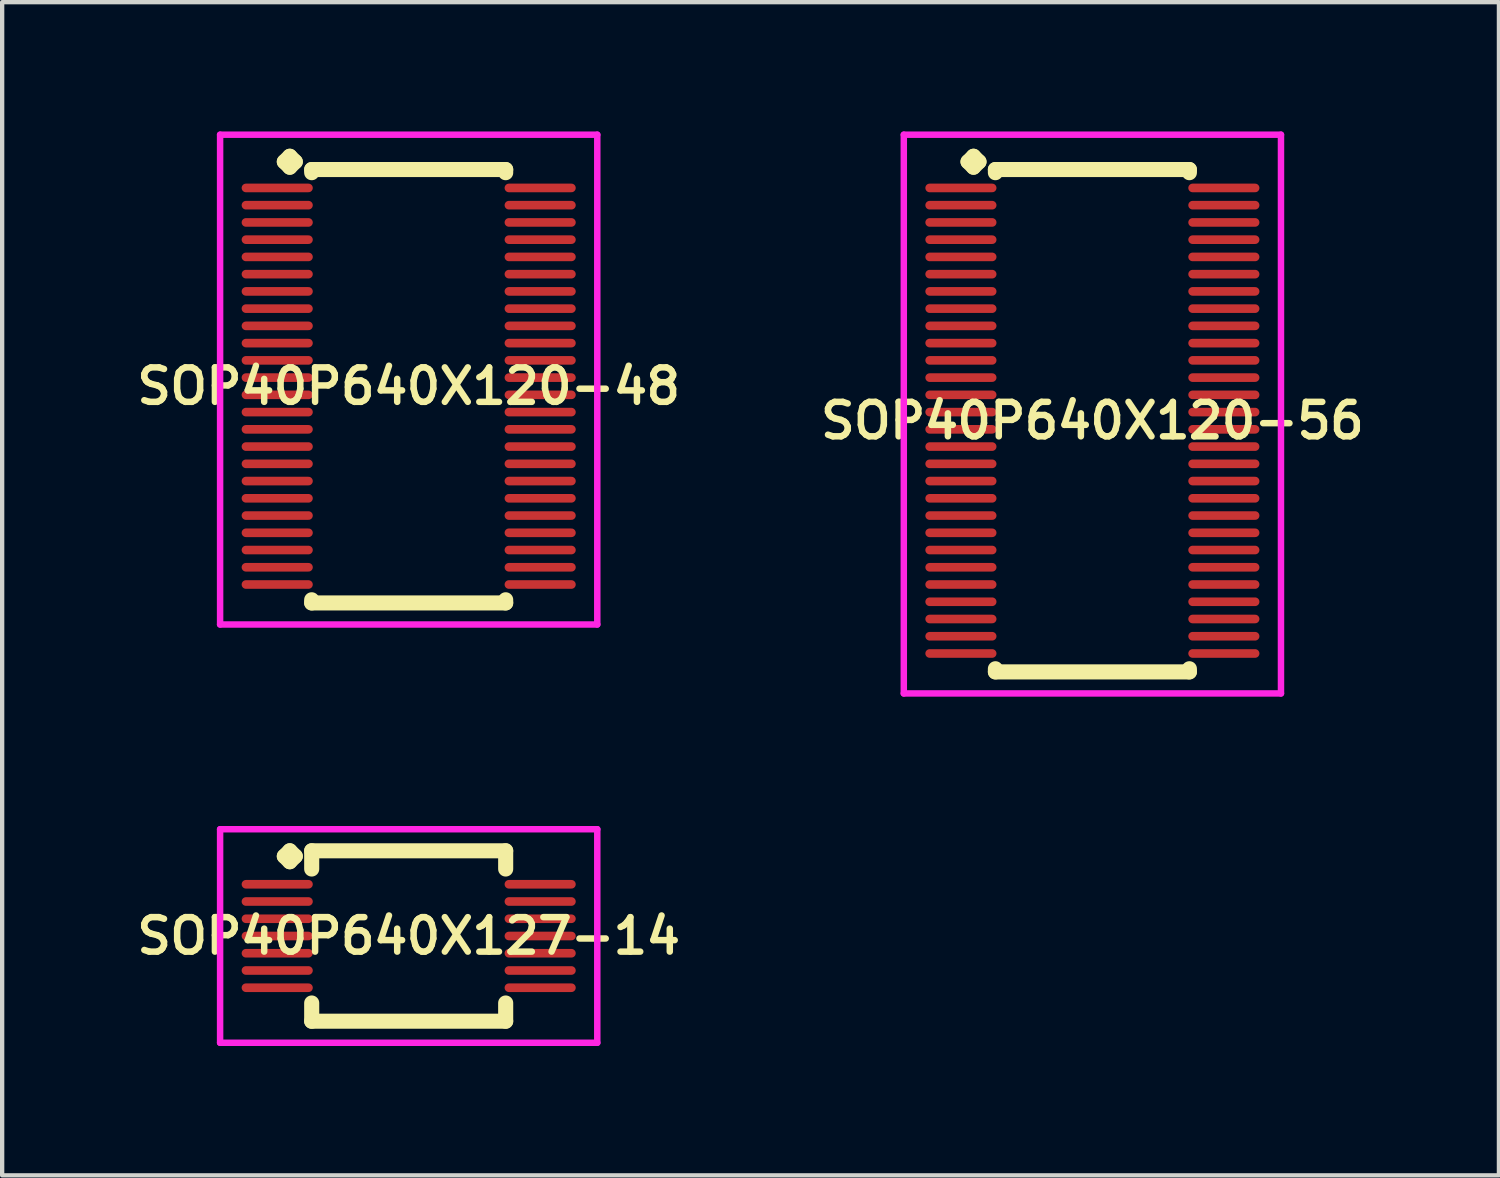
<source format=kicad_pcb>
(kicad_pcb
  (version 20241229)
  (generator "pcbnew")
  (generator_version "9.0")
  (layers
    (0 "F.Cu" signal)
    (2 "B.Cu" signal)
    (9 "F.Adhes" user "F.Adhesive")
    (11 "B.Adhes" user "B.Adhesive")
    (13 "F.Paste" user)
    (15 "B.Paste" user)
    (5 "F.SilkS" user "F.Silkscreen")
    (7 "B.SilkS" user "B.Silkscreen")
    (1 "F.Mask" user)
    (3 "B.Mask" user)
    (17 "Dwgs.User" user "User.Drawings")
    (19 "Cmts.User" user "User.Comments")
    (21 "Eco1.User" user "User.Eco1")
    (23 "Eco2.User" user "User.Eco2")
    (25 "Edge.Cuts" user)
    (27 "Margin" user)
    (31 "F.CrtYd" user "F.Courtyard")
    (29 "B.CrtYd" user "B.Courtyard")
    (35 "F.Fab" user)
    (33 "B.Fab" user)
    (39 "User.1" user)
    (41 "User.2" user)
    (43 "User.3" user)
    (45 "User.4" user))
  (footprint "SOP40P640X120-48"
    (layer "F.Cu")
    (at 6.431 5.91)
    (property "Reference" "SOP40P640X120-48" (at 0 0 0) (layer "F.SilkS") (effects (font (size 0.8 0.8) (thickness 0.15))))
    (attr smd)
    (fp_line (start -2.885 -5.208) (end -2.758 -5.335) (stroke (width 0.35) (type solid)) (layer "F.SilkS"))
    (fp_line (start -2.758 -5.335) (end -2.631 -5.208) (stroke (width 0.35) (type solid)) (layer "F.SilkS"))
    (fp_line (start -2.758 -5.081) (end -2.885 -5.208) (stroke (width 0.35) (type solid)) (layer "F.SilkS"))
    (fp_line (start -2.631 -5.208) (end -2.758 -5.081) (stroke (width 0.35) (type solid)) (layer "F.SilkS"))
    (fp_line (start -2.25 -5.027) (end 2.25 -5.027) (stroke (width 0.35) (type solid)) (layer "F.SilkS"))
    (fp_line (start -2.25 -4.954) (end -2.25 -5.027) (stroke (width 0.35) (type solid)) (layer "F.SilkS"))
    (fp_line (start -2.25 4.954) (end -2.25 5.027) (stroke (width 0.35) (type solid)) (layer "F.SilkS"))
    (fp_line (start -2.25 5.027) (end 2.25 5.027) (stroke (width 0.35) (type solid)) (layer "F.SilkS"))
    (fp_line (start 2.25 -5.027) (end 2.25 -4.954) (stroke (width 0.35) (type solid)) (layer "F.SilkS"))
    (fp_line (start 2.25 5.027) (end 2.25 4.954) (stroke (width 0.35) (type solid)) (layer "F.SilkS"))
    (fp_line (start -4.375 -5.835) (end 4.375 -5.835) (stroke (width 0.15) (type solid)) (layer "F.CrtYd"))
    (fp_line (start -4.375 5.527) (end -4.375 -5.835) (stroke (width 0.15) (type solid)) (layer "F.CrtYd"))
    (fp_line (start 4.375 -5.835) (end 4.375 5.527) (stroke (width 0.15) (type solid)) (layer "F.CrtYd"))
    (fp_line (start 4.375 5.527) (end -4.375 5.527) (stroke (width 0.15) (type solid)) (layer "F.CrtYd"))
    (pad "1" smd oval (at -3.05 -4.6) (size 1.65 0.2) (layers "F.Cu" "F.Mask" "F.Paste"))
    (pad "2" smd oval (at -3.05 -4.2) (size 1.65 0.2) (layers "F.Cu" "F.Mask" "F.Paste"))
    (pad "3" smd oval (at -3.05 -3.8) (size 1.65 0.2) (layers "F.Cu" "F.Mask" "F.Paste"))
    (pad "4" smd oval (at -3.05 -3.4) (size 1.65 0.2) (layers "F.Cu" "F.Mask" "F.Paste"))
    (pad "5" smd oval (at -3.05 -3) (size 1.65 0.2) (layers "F.Cu" "F.Mask" "F.Paste"))
    (pad "6" smd oval (at -3.05 -2.6) (size 1.65 0.2) (layers "F.Cu" "F.Mask" "F.Paste"))
    (pad "7" smd oval (at -3.05 -2.2) (size 1.65 0.2) (layers "F.Cu" "F.Mask" "F.Paste"))
    (pad "8" smd oval (at -3.05 -1.8) (size 1.65 0.2) (layers "F.Cu" "F.Mask" "F.Paste"))
    (pad "9" smd oval (at -3.05 -1.4) (size 1.65 0.2) (layers "F.Cu" "F.Mask" "F.Paste"))
    (pad "10" smd oval (at -3.05 -1) (size 1.65 0.2) (layers "F.Cu" "F.Mask" "F.Paste"))
    (pad "11" smd oval (at -3.05 -0.6) (size 1.65 0.2) (layers "F.Cu" "F.Mask" "F.Paste"))
    (pad "12" smd oval (at -3.05 -0.2) (size 1.65 0.2) (layers "F.Cu" "F.Mask" "F.Paste"))
    (pad "13" smd oval (at -3.05 0.2) (size 1.65 0.2) (layers "F.Cu" "F.Mask" "F.Paste"))
    (pad "14" smd oval (at -3.05 0.6) (size 1.65 0.2) (layers "F.Cu" "F.Mask" "F.Paste"))
    (pad "15" smd oval (at -3.05 1) (size 1.65 0.2) (layers "F.Cu" "F.Mask" "F.Paste"))
    (pad "16" smd oval (at -3.05 1.4) (size 1.65 0.2) (layers "F.Cu" "F.Mask" "F.Paste"))
    (pad "17" smd oval (at -3.05 1.8) (size 1.65 0.2) (layers "F.Cu" "F.Mask" "F.Paste"))
    (pad "18" smd oval (at -3.05 2.2) (size 1.65 0.2) (layers "F.Cu" "F.Mask" "F.Paste"))
    (pad "19" smd oval (at -3.05 2.6) (size 1.65 0.2) (layers "F.Cu" "F.Mask" "F.Paste"))
    (pad "20" smd oval (at -3.05 3) (size 1.65 0.2) (layers "F.Cu" "F.Mask" "F.Paste"))
    (pad "21" smd oval (at -3.05 3.4) (size 1.65 0.2) (layers "F.Cu" "F.Mask" "F.Paste"))
    (pad "22" smd oval (at -3.05 3.8) (size 1.65 0.2) (layers "F.Cu" "F.Mask" "F.Paste"))
    (pad "23" smd oval (at -3.05 4.2) (size 1.65 0.2) (layers "F.Cu" "F.Mask" "F.Paste"))
    (pad "24" smd oval (at -3.05 4.6) (size 1.65 0.2) (layers "F.Cu" "F.Mask" "F.Paste"))
    (pad "25" smd oval (at 3.05 4.6) (size 1.65 0.2) (layers "F.Cu" "F.Mask" "F.Paste"))
    (pad "26" smd oval (at 3.05 4.2) (size 1.65 0.2) (layers "F.Cu" "F.Mask" "F.Paste"))
    (pad "27" smd oval (at 3.05 3.8) (size 1.65 0.2) (layers "F.Cu" "F.Mask" "F.Paste"))
    (pad "28" smd oval (at 3.05 3.4) (size 1.65 0.2) (layers "F.Cu" "F.Mask" "F.Paste"))
    (pad "29" smd oval (at 3.05 3) (size 1.65 0.2) (layers "F.Cu" "F.Mask" "F.Paste"))
    (pad "30" smd oval (at 3.05 2.6) (size 1.65 0.2) (layers "F.Cu" "F.Mask" "F.Paste"))
    (pad "31" smd oval (at 3.05 2.2) (size 1.65 0.2) (layers "F.Cu" "F.Mask" "F.Paste"))
    (pad "32" smd oval (at 3.05 1.8) (size 1.65 0.2) (layers "F.Cu" "F.Mask" "F.Paste"))
    (pad "33" smd oval (at 3.05 1.4) (size 1.65 0.2) (layers "F.Cu" "F.Mask" "F.Paste"))
    (pad "34" smd oval (at 3.05 1) (size 1.65 0.2) (layers "F.Cu" "F.Mask" "F.Paste"))
    (pad "35" smd oval (at 3.05 0.6) (size 1.65 0.2) (layers "F.Cu" "F.Mask" "F.Paste"))
    (pad "36" smd oval (at 3.05 0.2) (size 1.65 0.2) (layers "F.Cu" "F.Mask" "F.Paste"))
    (pad "37" smd oval (at 3.05 -0.2) (size 1.65 0.2) (layers "F.Cu" "F.Mask" "F.Paste"))
    (pad "38" smd oval (at 3.05 -0.6) (size 1.65 0.2) (layers "F.Cu" "F.Mask" "F.Paste"))
    (pad "39" smd oval (at 3.05 -1) (size 1.65 0.2) (layers "F.Cu" "F.Mask" "F.Paste"))
    (pad "40" smd oval (at 3.05 -1.4) (size 1.65 0.2) (layers "F.Cu" "F.Mask" "F.Paste"))
    (pad "41" smd oval (at 3.05 -1.8) (size 1.65 0.2) (layers "F.Cu" "F.Mask" "F.Paste"))
    (pad "42" smd oval (at 3.05 -2.2) (size 1.65 0.2) (layers "F.Cu" "F.Mask" "F.Paste"))
    (pad "43" smd oval (at 3.05 -2.6) (size 1.65 0.2) (layers "F.Cu" "F.Mask" "F.Paste"))
    (pad "44" smd oval (at 3.05 -3) (size 1.65 0.2) (layers "F.Cu" "F.Mask" "F.Paste"))
    (pad "45" smd oval (at 3.05 -3.4) (size 1.65 0.2) (layers "F.Cu" "F.Mask" "F.Paste"))
    (pad "46" smd oval (at 3.05 -3.8) (size 1.65 0.2) (layers "F.Cu" "F.Mask" "F.Paste"))
    (pad "47" smd oval (at 3.05 -4.2) (size 1.65 0.2) (layers "F.Cu" "F.Mask" "F.Paste"))
    (pad "48" smd oval (at 3.05 -4.6) (size 1.65 0.2) (layers "F.Cu" "F.Mask" "F.Paste")))
  (footprint "SOP40P640X120-56"
    (layer "F.Cu")
    (at 22.292 6.71)
    (property "Reference" "SOP40P640X120-56" (at 0 0 0) (layer "F.SilkS") (effects (font (size 0.8 0.8) (thickness 0.15))))
    (attr smd)
    (fp_line (start -2.885 -6.008) (end -2.758 -6.135) (stroke (width 0.35) (type solid)) (layer "F.SilkS"))
    (fp_line (start -2.758 -6.135) (end -2.631 -6.008) (stroke (width 0.35) (type solid)) (layer "F.SilkS"))
    (fp_line (start -2.758 -5.881) (end -2.885 -6.008) (stroke (width 0.35) (type solid)) (layer "F.SilkS"))
    (fp_line (start -2.631 -6.008) (end -2.758 -5.881) (stroke (width 0.35) (type solid)) (layer "F.SilkS"))
    (fp_line (start -2.25 -5.827) (end 2.25 -5.827) (stroke (width 0.35) (type solid)) (layer "F.SilkS"))
    (fp_line (start -2.25 -5.754) (end -2.25 -5.827) (stroke (width 0.35) (type solid)) (layer "F.SilkS"))
    (fp_line (start -2.25 5.754) (end -2.25 5.827) (stroke (width 0.35) (type solid)) (layer "F.SilkS"))
    (fp_line (start -2.25 5.827) (end 2.25 5.827) (stroke (width 0.35) (type solid)) (layer "F.SilkS"))
    (fp_line (start 2.25 -5.827) (end 2.25 -5.754) (stroke (width 0.35) (type solid)) (layer "F.SilkS"))
    (fp_line (start 2.25 5.827) (end 2.25 5.754) (stroke (width 0.35) (type solid)) (layer "F.SilkS"))
    (fp_line (start -4.375 -6.635) (end 4.375 -6.635) (stroke (width 0.15) (type solid)) (layer "F.CrtYd"))
    (fp_line (start -4.375 6.327) (end -4.375 -6.635) (stroke (width 0.15) (type solid)) (layer "F.CrtYd"))
    (fp_line (start 4.375 -6.635) (end 4.375 6.327) (stroke (width 0.15) (type solid)) (layer "F.CrtYd"))
    (fp_line (start 4.375 6.327) (end -4.375 6.327) (stroke (width 0.15) (type solid)) (layer "F.CrtYd"))
    (pad "1" smd oval (at -3.05 -5.4) (size 1.65 0.2) (layers "F.Cu" "F.Mask" "F.Paste"))
    (pad "2" smd oval (at -3.05 -5) (size 1.65 0.2) (layers "F.Cu" "F.Mask" "F.Paste"))
    (pad "3" smd oval (at -3.05 -4.6) (size 1.65 0.2) (layers "F.Cu" "F.Mask" "F.Paste"))
    (pad "4" smd oval (at -3.05 -4.2) (size 1.65 0.2) (layers "F.Cu" "F.Mask" "F.Paste"))
    (pad "5" smd oval (at -3.05 -3.8) (size 1.65 0.2) (layers "F.Cu" "F.Mask" "F.Paste"))
    (pad "6" smd oval (at -3.05 -3.4) (size 1.65 0.2) (layers "F.Cu" "F.Mask" "F.Paste"))
    (pad "7" smd oval (at -3.05 -3) (size 1.65 0.2) (layers "F.Cu" "F.Mask" "F.Paste"))
    (pad "8" smd oval (at -3.05 -2.6) (size 1.65 0.2) (layers "F.Cu" "F.Mask" "F.Paste"))
    (pad "9" smd oval (at -3.05 -2.2) (size 1.65 0.2) (layers "F.Cu" "F.Mask" "F.Paste"))
    (pad "10" smd oval (at -3.05 -1.8) (size 1.65 0.2) (layers "F.Cu" "F.Mask" "F.Paste"))
    (pad "11" smd oval (at -3.05 -1.4) (size 1.65 0.2) (layers "F.Cu" "F.Mask" "F.Paste"))
    (pad "12" smd oval (at -3.05 -1) (size 1.65 0.2) (layers "F.Cu" "F.Mask" "F.Paste"))
    (pad "13" smd oval (at -3.05 -0.6) (size 1.65 0.2) (layers "F.Cu" "F.Mask" "F.Paste"))
    (pad "14" smd oval (at -3.05 -0.2) (size 1.65 0.2) (layers "F.Cu" "F.Mask" "F.Paste"))
    (pad "15" smd oval (at -3.05 0.2) (size 1.65 0.2) (layers "F.Cu" "F.Mask" "F.Paste"))
    (pad "16" smd oval (at -3.05 0.6) (size 1.65 0.2) (layers "F.Cu" "F.Mask" "F.Paste"))
    (pad "17" smd oval (at -3.05 1) (size 1.65 0.2) (layers "F.Cu" "F.Mask" "F.Paste"))
    (pad "18" smd oval (at -3.05 1.4) (size 1.65 0.2) (layers "F.Cu" "F.Mask" "F.Paste"))
    (pad "19" smd oval (at -3.05 1.8) (size 1.65 0.2) (layers "F.Cu" "F.Mask" "F.Paste"))
    (pad "20" smd oval (at -3.05 2.2) (size 1.65 0.2) (layers "F.Cu" "F.Mask" "F.Paste"))
    (pad "21" smd oval (at -3.05 2.6) (size 1.65 0.2) (layers "F.Cu" "F.Mask" "F.Paste"))
    (pad "22" smd oval (at -3.05 3) (size 1.65 0.2) (layers "F.Cu" "F.Mask" "F.Paste"))
    (pad "23" smd oval (at -3.05 3.4) (size 1.65 0.2) (layers "F.Cu" "F.Mask" "F.Paste"))
    (pad "24" smd oval (at -3.05 3.8) (size 1.65 0.2) (layers "F.Cu" "F.Mask" "F.Paste"))
    (pad "25" smd oval (at -3.05 4.2) (size 1.65 0.2) (layers "F.Cu" "F.Mask" "F.Paste"))
    (pad "26" smd oval (at -3.05 4.6) (size 1.65 0.2) (layers "F.Cu" "F.Mask" "F.Paste"))
    (pad "27" smd oval (at -3.05 5) (size 1.65 0.2) (layers "F.Cu" "F.Mask" "F.Paste"))
    (pad "28" smd oval (at -3.05 5.4) (size 1.65 0.2) (layers "F.Cu" "F.Mask" "F.Paste"))
    (pad "29" smd oval (at 3.05 5.4) (size 1.65 0.2) (layers "F.Cu" "F.Mask" "F.Paste"))
    (pad "30" smd oval (at 3.05 5) (size 1.65 0.2) (layers "F.Cu" "F.Mask" "F.Paste"))
    (pad "31" smd oval (at 3.05 4.6) (size 1.65 0.2) (layers "F.Cu" "F.Mask" "F.Paste"))
    (pad "32" smd oval (at 3.05 4.2) (size 1.65 0.2) (layers "F.Cu" "F.Mask" "F.Paste"))
    (pad "33" smd oval (at 3.05 3.8) (size 1.65 0.2) (layers "F.Cu" "F.Mask" "F.Paste"))
    (pad "34" smd oval (at 3.05 3.4) (size 1.65 0.2) (layers "F.Cu" "F.Mask" "F.Paste"))
    (pad "35" smd oval (at 3.05 3) (size 1.65 0.2) (layers "F.Cu" "F.Mask" "F.Paste"))
    (pad "36" smd oval (at 3.05 2.6) (size 1.65 0.2) (layers "F.Cu" "F.Mask" "F.Paste"))
    (pad "37" smd oval (at 3.05 2.2) (size 1.65 0.2) (layers "F.Cu" "F.Mask" "F.Paste"))
    (pad "38" smd oval (at 3.05 1.8) (size 1.65 0.2) (layers "F.Cu" "F.Mask" "F.Paste"))
    (pad "39" smd oval (at 3.05 1.4) (size 1.65 0.2) (layers "F.Cu" "F.Mask" "F.Paste"))
    (pad "40" smd oval (at 3.05 1) (size 1.65 0.2) (layers "F.Cu" "F.Mask" "F.Paste"))
    (pad "41" smd oval (at 3.05 0.6) (size 1.65 0.2) (layers "F.Cu" "F.Mask" "F.Paste"))
    (pad "42" smd oval (at 3.05 0.2) (size 1.65 0.2) (layers "F.Cu" "F.Mask" "F.Paste"))
    (pad "43" smd oval (at 3.05 -0.2) (size 1.65 0.2) (layers "F.Cu" "F.Mask" "F.Paste"))
    (pad "44" smd oval (at 3.05 -0.6) (size 1.65 0.2) (layers "F.Cu" "F.Mask" "F.Paste"))
    (pad "45" smd oval (at 3.05 -1) (size 1.65 0.2) (layers "F.Cu" "F.Mask" "F.Paste"))
    (pad "46" smd oval (at 3.05 -1.4) (size 1.65 0.2) (layers "F.Cu" "F.Mask" "F.Paste"))
    (pad "47" smd oval (at 3.05 -1.8) (size 1.65 0.2) (layers "F.Cu" "F.Mask" "F.Paste"))
    (pad "48" smd oval (at 3.05 -2.2) (size 1.65 0.2) (layers "F.Cu" "F.Mask" "F.Paste"))
    (pad "49" smd oval (at 3.05 -2.6) (size 1.65 0.2) (layers "F.Cu" "F.Mask" "F.Paste"))
    (pad "50" smd oval (at 3.05 -3) (size 1.65 0.2) (layers "F.Cu" "F.Mask" "F.Paste"))
    (pad "51" smd oval (at 3.05 -3.4) (size 1.65 0.2) (layers "F.Cu" "F.Mask" "F.Paste"))
    (pad "52" smd oval (at 3.05 -3.8) (size 1.65 0.2) (layers "F.Cu" "F.Mask" "F.Paste"))
    (pad "53" smd oval (at 3.05 -4.2) (size 1.65 0.2) (layers "F.Cu" "F.Mask" "F.Paste"))
    (pad "54" smd oval (at 3.05 -4.6) (size 1.65 0.2) (layers "F.Cu" "F.Mask" "F.Paste"))
    (pad "55" smd oval (at 3.05 -5) (size 1.65 0.2) (layers "F.Cu" "F.Mask" "F.Paste"))
    (pad "56" smd oval (at 3.05 -5.4) (size 1.65 0.2) (layers "F.Cu" "F.Mask" "F.Paste")))
  (footprint "SOP40P640X127-14"
    (layer "F.Cu")
    (at 6.431 18.664)
    (property "Reference" "SOP40P640X127-14" (at 0 0 0) (layer "F.SilkS") (effects (font (size 0.8 0.8) (thickness 0.15))))
    (attr smd)
    (fp_line (start -2.885 -1.85) (end -2.758 -1.977) (stroke (width 0.35) (type solid)) (layer "F.SilkS"))
    (fp_line (start -2.758 -1.977) (end -2.631 -1.85) (stroke (width 0.35) (type solid)) (layer "F.SilkS"))
    (fp_line (start -2.758 -1.723) (end -2.885 -1.85) (stroke (width 0.35) (type solid)) (layer "F.SilkS"))
    (fp_line (start -2.631 -1.85) (end -2.758 -1.723) (stroke (width 0.35) (type solid)) (layer "F.SilkS"))
    (fp_line (start -2.25 -1.977) (end 2.25 -1.977) (stroke (width 0.35) (type solid)) (layer "F.SilkS"))
    (fp_line (start -2.25 -1.554) (end -2.25 -1.977) (stroke (width 0.35) (type solid)) (layer "F.SilkS"))
    (fp_line (start -2.25 1.554) (end -2.25 1.977) (stroke (width 0.35) (type solid)) (layer "F.SilkS"))
    (fp_line (start -2.25 1.977) (end 2.25 1.977) (stroke (width 0.35) (type solid)) (layer "F.SilkS"))
    (fp_line (start 2.25 -1.977) (end 2.25 -1.554) (stroke (width 0.35) (type solid)) (layer "F.SilkS"))
    (fp_line (start 2.25 1.977) (end 2.25 1.554) (stroke (width 0.35) (type solid)) (layer "F.SilkS"))
    (fp_line (start -4.375 -2.477) (end 4.375 -2.477) (stroke (width 0.15) (type solid)) (layer "F.CrtYd"))
    (fp_line (start -4.375 2.477) (end -4.375 -2.477) (stroke (width 0.15) (type solid)) (layer "F.CrtYd"))
    (fp_line (start 4.375 -2.477) (end 4.375 2.477) (stroke (width 0.15) (type solid)) (layer "F.CrtYd"))
    (fp_line (start 4.375 2.477) (end -4.375 2.477) (stroke (width 0.15) (type solid)) (layer "F.CrtYd"))
    (pad "1" smd oval (at -3.05 -1.2) (size 1.65 0.2) (layers "F.Cu" "F.Mask" "F.Paste"))
    (pad "2" smd oval (at -3.05 -0.8) (size 1.65 0.2) (layers "F.Cu" "F.Mask" "F.Paste"))
    (pad "3" smd oval (at -3.05 -0.4) (size 1.65 0.2) (layers "F.Cu" "F.Mask" "F.Paste"))
    (pad "4" smd oval (at -3.05 0) (size 1.65 0.2) (layers "F.Cu" "F.Mask" "F.Paste"))
    (pad "5" smd oval (at -3.05 0.4) (size 1.65 0.2) (layers "F.Cu" "F.Mask" "F.Paste"))
    (pad "6" smd oval (at -3.05 0.8) (size 1.65 0.2) (layers "F.Cu" "F.Mask" "F.Paste"))
    (pad "7" smd oval (at -3.05 1.2) (size 1.65 0.2) (layers "F.Cu" "F.Mask" "F.Paste"))
    (pad "8" smd oval (at 3.05 1.2) (size 1.65 0.2) (layers "F.Cu" "F.Mask" "F.Paste"))
    (pad "9" smd oval (at 3.05 0.8) (size 1.65 0.2) (layers "F.Cu" "F.Mask" "F.Paste"))
    (pad "10" smd oval (at 3.05 0.4) (size 1.65 0.2) (layers "F.Cu" "F.Mask" "F.Paste"))
    (pad "11" smd oval (at 3.05 0) (size 1.65 0.2) (layers "F.Cu" "F.Mask" "F.Paste"))
    (pad "12" smd oval (at 3.05 -0.4) (size 1.65 0.2) (layers "F.Cu" "F.Mask" "F.Paste"))
    (pad "13" smd oval (at 3.05 -0.8) (size 1.65 0.2) (layers "F.Cu" "F.Mask" "F.Paste"))
    (pad "14" smd oval (at 3.05 -1.2) (size 1.65 0.2) (layers "F.Cu" "F.Mask" "F.Paste")))
  (gr_rect
    (start -3 -3)
    (end 31.723 24.216)
    (stroke (width 0.1) (type default))
    (fill no)
    (layer "Edge.Cuts")))
</source>
